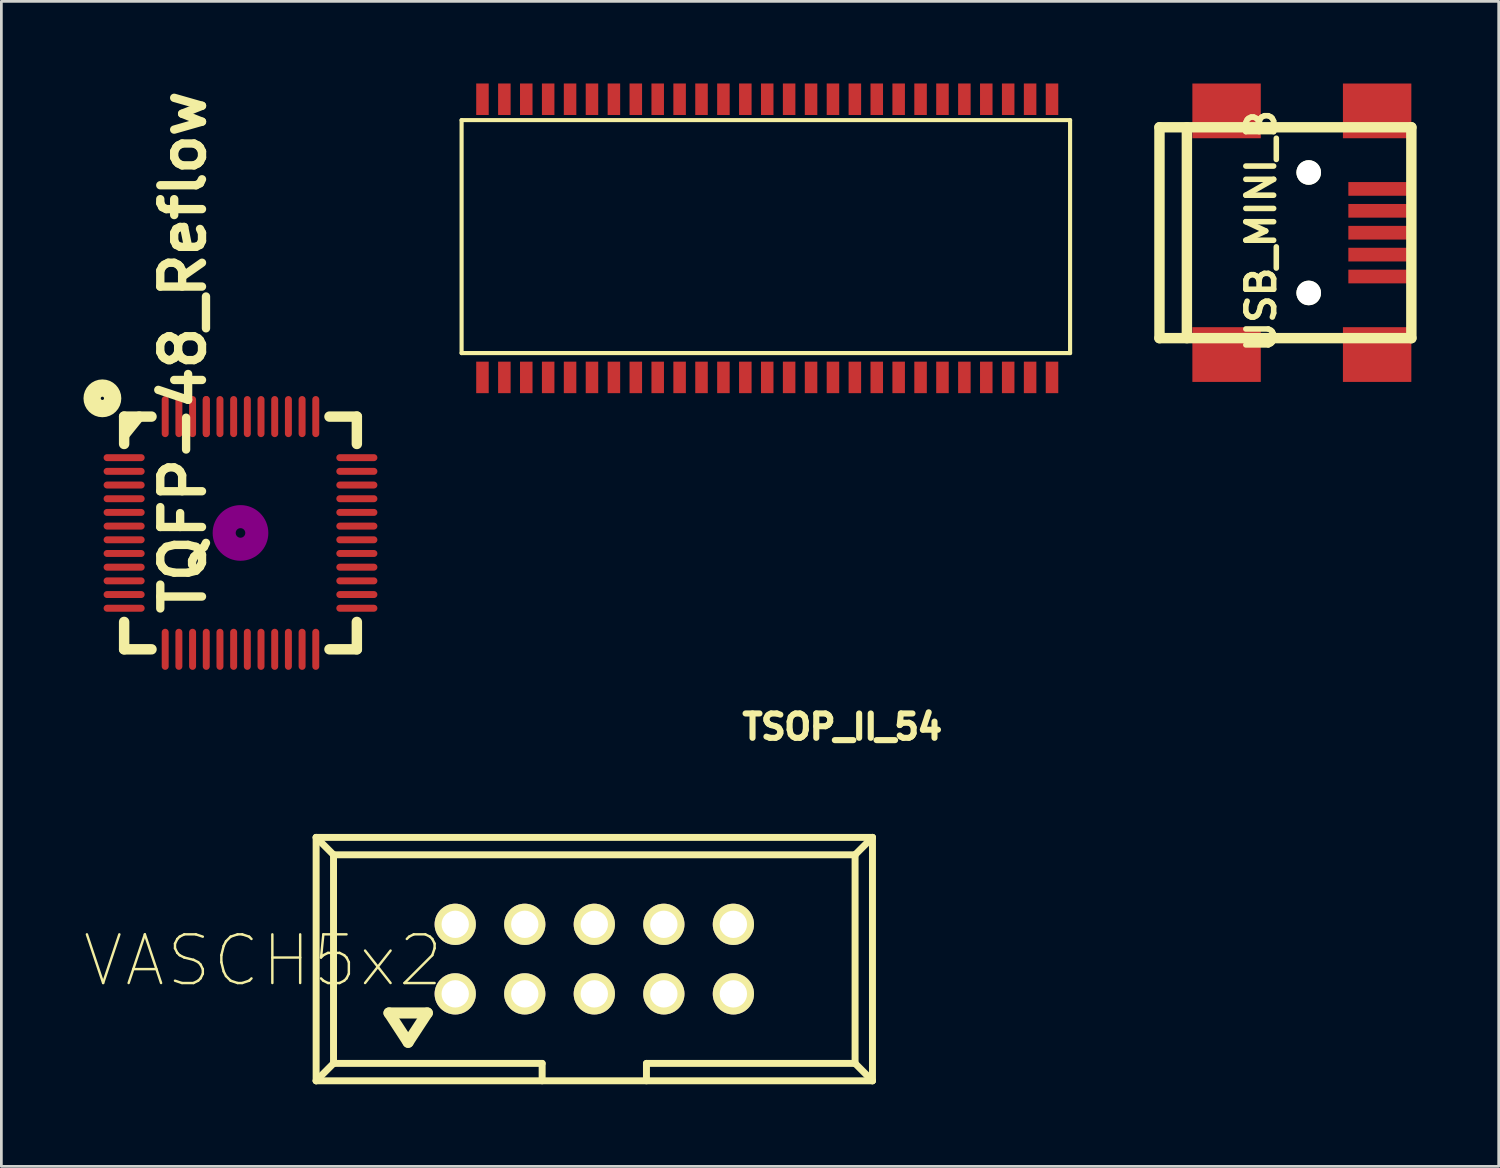
<source format=kicad_pcb>
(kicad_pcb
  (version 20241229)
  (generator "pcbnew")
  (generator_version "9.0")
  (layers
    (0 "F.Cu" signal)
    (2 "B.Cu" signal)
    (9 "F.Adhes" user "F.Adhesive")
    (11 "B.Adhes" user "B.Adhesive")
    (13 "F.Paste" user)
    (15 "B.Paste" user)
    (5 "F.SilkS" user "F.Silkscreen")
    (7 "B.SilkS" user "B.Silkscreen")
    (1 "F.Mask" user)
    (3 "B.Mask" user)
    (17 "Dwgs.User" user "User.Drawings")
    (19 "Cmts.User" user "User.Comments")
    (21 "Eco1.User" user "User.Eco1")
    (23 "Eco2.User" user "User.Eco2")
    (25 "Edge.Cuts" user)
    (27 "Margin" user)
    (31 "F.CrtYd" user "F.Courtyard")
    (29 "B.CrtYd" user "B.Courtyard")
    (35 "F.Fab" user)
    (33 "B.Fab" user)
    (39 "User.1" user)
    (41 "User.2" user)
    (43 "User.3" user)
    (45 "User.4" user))
  (footprint "TSOP_II_54"
    (layer "F.Cu")
    (at 14.572 10.735)
    (property "Reference" "TSOP_II_54" (at 13.145 12.764 180) (layer "F.SilkS") (effects (font (size 0.889 0.889) (thickness 0.305))))
    (attr through_hole)
    (fp_line (start -0.762 -9.398) (end 21.463 -9.398) (stroke (width 0.15) (type solid)) (layer "F.SilkS"))
    (fp_line (start -0.762 -0.889) (end -0.762 -9.398) (stroke (width 0.15) (type solid)) (layer "F.SilkS"))
    (fp_line (start 21.463 -9.398) (end 21.463 -0.889) (stroke (width 0.15) (type solid)) (layer "F.SilkS"))
    (fp_line (start 21.463 -0.889) (end -0.762 -0.889) (stroke (width 0.15) (type solid)) (layer "F.SilkS"))
    (pad "1" smd rect (at 0 0) (size 0.457 1.151) (layers "F.Cu" "F.Mask" "F.Paste"))
    (pad "2" smd rect (at 0.8 0) (size 0.457 1.151) (layers "F.Cu" "F.Mask" "F.Paste"))
    (pad "3" smd rect (at 1.6 0) (size 0.457 1.151) (layers "F.Cu" "F.Mask" "F.Paste"))
    (pad "4" smd rect (at 2.4 0) (size 0.457 1.151) (layers "F.Cu" "F.Mask" "F.Paste"))
    (pad "5" smd rect (at 3.2 0) (size 0.457 1.151) (layers "F.Cu" "F.Mask" "F.Paste"))
    (pad "6" smd rect (at 4 0) (size 0.457 1.151) (layers "F.Cu" "F.Mask" "F.Paste"))
    (pad "7" smd rect (at 4.801 0) (size 0.457 1.151) (layers "F.Cu" "F.Mask" "F.Paste"))
    (pad "8" smd rect (at 5.601 0) (size 0.457 1.151) (layers "F.Cu" "F.Mask" "F.Paste"))
    (pad "9" smd rect (at 6.401 0) (size 0.457 1.151) (layers "F.Cu" "F.Mask" "F.Paste"))
    (pad "10" smd rect (at 7.201 0) (size 0.457 1.151) (layers "F.Cu" "F.Mask" "F.Paste"))
    (pad "11" smd rect (at 8.001 0) (size 0.457 1.151) (layers "F.Cu" "F.Mask" "F.Paste"))
    (pad "12" smd rect (at 8.801 0) (size 0.457 1.151) (layers "F.Cu" "F.Mask" "F.Paste"))
    (pad "13" smd rect (at 9.601 0) (size 0.457 1.151) (layers "F.Cu" "F.Mask" "F.Paste"))
    (pad "14" smd rect (at 10.401 0) (size 0.457 1.151) (layers "F.Cu" "F.Mask" "F.Paste"))
    (pad "15" smd rect (at 11.201 0) (size 0.457 1.151) (layers "F.Cu" "F.Mask" "F.Paste"))
    (pad "16" smd rect (at 12.002 0) (size 0.457 1.151) (layers "F.Cu" "F.Mask" "F.Paste"))
    (pad "17" smd rect (at 12.802 0) (size 0.457 1.151) (layers "F.Cu" "F.Mask" "F.Paste"))
    (pad "18" smd rect (at 13.602 0) (size 0.457 1.151) (layers "F.Cu" "F.Mask" "F.Paste"))
    (pad "19" smd rect (at 14.402 0) (size 0.457 1.151) (layers "F.Cu" "F.Mask" "F.Paste"))
    (pad "20" smd rect (at 15.202 0) (size 0.457 1.151) (layers "F.Cu" "F.Mask" "F.Paste"))
    (pad "21" smd rect (at 16.002 0) (size 0.457 1.151) (layers "F.Cu" "F.Mask" "F.Paste"))
    (pad "22" smd rect (at 16.802 0) (size 0.457 1.151) (layers "F.Cu" "F.Mask" "F.Paste"))
    (pad "23" smd rect (at 17.602 0) (size 0.457 1.151) (layers "F.Cu" "F.Mask" "F.Paste"))
    (pad "24" smd rect (at 18.402 0) (size 0.457 1.151) (layers "F.Cu" "F.Mask" "F.Paste"))
    (pad "25" smd rect (at 19.202 0) (size 0.457 1.151) (layers "F.Cu" "F.Mask" "F.Paste"))
    (pad "26" smd rect (at 20.003 0) (size 0.457 1.151) (layers "F.Cu" "F.Mask" "F.Paste"))
    (pad "27" smd rect (at 20.803 0) (size 0.457 1.151) (layers "F.Cu" "F.Mask" "F.Paste"))
    (pad "28" smd rect (at 20.803 -10.16 180) (size 0.457 1.151) (layers "F.Cu" "F.Mask" "F.Paste"))
    (pad "29" smd rect (at 20.003 -10.16 180) (size 0.457 1.151) (layers "F.Cu" "F.Mask" "F.Paste"))
    (pad "30" smd rect (at 19.202 -10.16 180) (size 0.457 1.151) (layers "F.Cu" "F.Mask" "F.Paste"))
    (pad "31" smd rect (at 18.402 -10.16 180) (size 0.457 1.151) (layers "F.Cu" "F.Mask" "F.Paste"))
    (pad "32" smd rect (at 17.602 -10.16 180) (size 0.457 1.151) (layers "F.Cu" "F.Mask" "F.Paste"))
    (pad "33" smd rect (at 16.802 -10.16 180) (size 0.457 1.151) (layers "F.Cu" "F.Mask" "F.Paste"))
    (pad "34" smd rect (at 16.002 -10.16 180) (size 0.457 1.151) (layers "F.Cu" "F.Mask" "F.Paste"))
    (pad "35" smd rect (at 15.202 -10.16 180) (size 0.457 1.151) (layers "F.Cu" "F.Mask" "F.Paste"))
    (pad "36" smd rect (at 14.402 -10.16 180) (size 0.457 1.151) (layers "F.Cu" "F.Mask" "F.Paste"))
    (pad "37" smd rect (at 13.602 -10.16 180) (size 0.457 1.151) (layers "F.Cu" "F.Mask" "F.Paste"))
    (pad "38" smd rect (at 12.802 -10.16 180) (size 0.457 1.151) (layers "F.Cu" "F.Mask" "F.Paste"))
    (pad "39" smd rect (at 12.002 -10.16 180) (size 0.457 1.151) (layers "F.Cu" "F.Mask" "F.Paste"))
    (pad "40" smd rect (at 11.201 -10.16 180) (size 0.457 1.151) (layers "F.Cu" "F.Mask" "F.Paste"))
    (pad "41" smd rect (at 10.401 -10.16 180) (size 0.457 1.151) (layers "F.Cu" "F.Mask" "F.Paste"))
    (pad "42" smd rect (at 9.601 -10.16 180) (size 0.457 1.151) (layers "F.Cu" "F.Mask" "F.Paste"))
    (pad "43" smd rect (at 8.801 -10.16 180) (size 0.457 1.151) (layers "F.Cu" "F.Mask" "F.Paste"))
    (pad "44" smd rect (at 8.001 -10.16 180) (size 0.457 1.151) (layers "F.Cu" "F.Mask" "F.Paste"))
    (pad "45" smd rect (at 7.201 -10.16 180) (size 0.457 1.151) (layers "F.Cu" "F.Mask" "F.Paste"))
    (pad "46" smd rect (at 6.401 -10.16 180) (size 0.457 1.151) (layers "F.Cu" "F.Mask" "F.Paste"))
    (pad "47" smd rect (at 5.601 -10.16 180) (size 0.457 1.151) (layers "F.Cu" "F.Mask" "F.Paste"))
    (pad "48" smd rect (at 4.801 -10.16 180) (size 0.457 1.151) (layers "F.Cu" "F.Mask" "F.Paste"))
    (pad "49" smd rect (at 4 -10.16 180) (size 0.457 1.151) (layers "F.Cu" "F.Mask" "F.Paste"))
    (pad "50" smd rect (at 3.2 -10.16 180) (size 0.457 1.151) (layers "F.Cu" "F.Mask" "F.Paste"))
    (pad "51" smd rect (at 2.4 -10.16 180) (size 0.457 1.151) (layers "F.Cu" "F.Mask" "F.Paste"))
    (pad "52" smd rect (at 1.6 -10.16 180) (size 0.457 1.151) (layers "F.Cu" "F.Mask" "F.Paste"))
    (pad "53" smd rect (at 0.8 -10.16 180) (size 0.457 1.151) (layers "F.Cu" "F.Mask" "F.Paste"))
    (pad "54" smd rect (at 0 -10.16 180) (size 0.457 1.151) (layers "F.Cu" "F.Mask" "F.Paste")))
  (footprint "USB_MINI_B"
    (layer "F.Cu")
    (at 43.9 5.45)
    (property "Reference" "USB_MINI_B" (at -0.889 -0.064 90) (layer "F.SilkS") (effects (font (size 1.016 1.016) (thickness 0.203))))
    (attr through_hole)
    (fp_line (start -4.6 -3.851) (end -4.6 3.851) (stroke (width 0.381) (type solid)) (layer "F.SilkS"))
    (fp_line (start -4.6 3.851) (end 4.6 3.851) (stroke (width 0.381) (type solid)) (layer "F.SilkS"))
    (fp_line (start -3.599 -3.851) (end -3.599 3.851) (stroke (width 0.381) (type solid)) (layer "F.SilkS"))
    (fp_line (start 4.6 -3.851) (end -4.6 -3.851) (stroke (width 0.381) (type solid)) (layer "F.SilkS"))
    (fp_line (start 4.6 3.851) (end 4.6 -3.851) (stroke (width 0.381) (type solid)) (layer "F.SilkS"))
    (pad "" np_thru_hole circle (at 0.851 -2.2) (size 0.899 0.899) (drill 0.899) (layers "*.Cu" "*.Mask" "F.SilkS"))
    (pad "" np_thru_hole circle (at 0.851 2.2) (size 0.899 0.899) (drill 0.899) (layers "*.Cu" "*.Mask" "F.SilkS"))
    (pad "1" smd rect (at 3.449 -1.6) (size 2.301 0.5) (layers "F.Cu" "F.Mask" "F.Paste"))
    (pad "2" smd rect (at 3.449 -0.8) (size 2.301 0.5) (layers "F.Cu" "F.Mask" "F.Paste"))
    (pad "3" smd rect (at 3.449 0) (size 2.301 0.5) (layers "F.Cu" "F.Mask" "F.Paste"))
    (pad "4" smd rect (at 3.449 0.8) (size 2.301 0.5) (layers "F.Cu" "F.Mask" "F.Paste"))
    (pad "5" smd rect (at 3.449 1.6) (size 2.301 0.5) (layers "F.Cu" "F.Mask" "F.Paste"))
    (pad "6" smd rect (at 3.35 -4.45) (size 2.499 1.999) (layers "F.Cu" "F.Mask" "F.Paste"))
    (pad "7" smd rect (at -2.149 -4.45) (size 2.499 1.999) (layers "F.Cu" "F.Mask" "F.Paste"))
    (pad "8" smd rect (at 3.35 4.45) (size 2.499 1.999) (layers "F.Cu" "F.Mask" "F.Paste"))
    (pad "9" smd rect (at -2.149 4.45) (size 2.499 1.999) (layers "F.Cu" "F.Mask" "F.Paste")))
  (footprint "VASCH5x2"
    (layer "F.Cu")
    (at 18.657 31.981)
    (property "Reference" "VASCH5x2" (at -12.098 0.056 0) (layer "F.SilkS") (effects (font (size 1.778 1.778) (thickness 0.089))))
    (attr exclude_from_pos_files exclude_from_bom)
    (fp_line (start -10.16 -4.445) (end -10.16 4.445) (stroke (width 0.254) (type solid)) (layer "F.SilkS"))
    (fp_line (start -10.16 4.445) (end 10.16 4.445) (stroke (width 0.254) (type solid)) (layer "F.SilkS"))
    (fp_line (start -9.525 -3.81) (end -10.16 -4.445) (stroke (width 0.254) (type solid)) (layer "F.SilkS"))
    (fp_line (start -9.525 -3.81) (end -9.525 3.81) (stroke (width 0.254) (type solid)) (layer "F.SilkS"))
    (fp_line (start -9.525 3.81) (end -10.16 4.445) (stroke (width 0.254) (type solid)) (layer "F.SilkS"))
    (fp_line (start -9.525 3.81) (end -1.905 3.81) (stroke (width 0.254) (type solid)) (layer "F.SilkS"))
    (fp_line (start -7.498 1.968) (end -6.8 3.038) (stroke (width 0.406) (type solid)) (layer "F.SilkS"))
    (fp_line (start -6.8 3.038) (end -6.099 1.968) (stroke (width 0.406) (type solid)) (layer "F.SilkS"))
    (fp_line (start -6.099 1.968) (end -7.498 1.968) (stroke (width 0.406) (type solid)) (layer "F.SilkS"))
    (fp_line (start -1.905 3.81) (end -1.905 4.445) (stroke (width 0.254) (type solid)) (layer "F.SilkS"))
    (fp_line (start 1.905 3.81) (end 9.525 3.81) (stroke (width 0.254) (type solid)) (layer "F.SilkS"))
    (fp_line (start 1.905 4.445) (end 1.905 3.81) (stroke (width 0.254) (type solid)) (layer "F.SilkS"))
    (fp_line (start 9.525 -3.81) (end -9.525 -3.81) (stroke (width 0.254) (type solid)) (layer "F.SilkS"))
    (fp_line (start 9.525 -3.81) (end 10.16 -4.445) (stroke (width 0.254) (type solid)) (layer "F.SilkS"))
    (fp_line (start 9.525 3.81) (end 9.525 -3.81) (stroke (width 0.254) (type solid)) (layer "F.SilkS"))
    (fp_line (start 9.525 3.81) (end 10.16 4.445) (stroke (width 0.254) (type solid)) (layer "F.SilkS"))
    (fp_line (start 10.16 -4.445) (end -10.16 -4.445) (stroke (width 0.254) (type solid)) (layer "F.SilkS"))
    (fp_line (start 10.16 -4.445) (end 10.16 4.445) (stroke (width 0.254) (type solid)) (layer "F.SilkS"))
    (pad "1" thru_hole circle (at -5.08 1.27) (size 1.506 1.506) (drill 0.998) (layers "*.Cu" "F.Mask" "F.SilkS" "F.Paste"))
    (pad "2" thru_hole circle (at -5.08 -1.27) (size 1.506 1.506) (drill 0.998) (layers "*.Cu" "F.Mask" "F.SilkS" "F.Paste"))
    (pad "3" thru_hole circle (at -2.54 1.27) (size 1.506 1.506) (drill 0.998) (layers "*.Cu" "F.Mask" "F.SilkS" "F.Paste"))
    (pad "4" thru_hole circle (at -2.54 -1.27) (size 1.506 1.506) (drill 0.998) (layers "*.Cu" "F.Mask" "F.SilkS" "F.Paste"))
    (pad "5" thru_hole circle (at 0 1.27) (size 1.506 1.506) (drill 0.998) (layers "*.Cu" "F.Mask" "F.SilkS" "F.Paste"))
    (pad "6" thru_hole circle (at 0 -1.27) (size 1.506 1.506) (drill 0.998) (layers "*.Cu" "F.Mask" "F.SilkS" "F.Paste"))
    (pad "7" thru_hole circle (at 2.54 1.27) (size 1.506 1.506) (drill 0.998) (layers "*.Cu" "F.Mask" "F.SilkS" "F.Paste"))
    (pad "8" thru_hole circle (at 2.54 -1.27) (size 1.506 1.506) (drill 0.998) (layers "*.Cu" "F.Mask" "F.SilkS" "F.Paste"))
    (pad "9" thru_hole circle (at 5.08 1.27) (size 1.506 1.506) (drill 0.998) (layers "*.Cu" "F.Mask" "F.SilkS" "F.Paste"))
    (pad "10" thru_hole circle (at 5.08 -1.27) (size 1.506 1.506) (drill 0.998) (layers "*.Cu" "F.Mask" "F.SilkS" "F.Paste")))
  (footprint "TQFP-48_Reflow"
    (layer "F.Cu")
    (at 5.734 16.416)
    (property "Reference" "TQFP-48_Reflow" (at -2.095 -6.604 90) (layer "F.SilkS") (effects (font (size 1.524 1.524) (thickness 0.305))))
    (attr smd)
    (fp_line (start -4.25 -4.25) (end -4.25 -3.25) (stroke (width 0.381) (type solid)) (layer "F.SilkS"))
    (fp_line (start -4.25 -4.25) (end -3.25 -4.25) (stroke (width 0.381) (type solid)) (layer "F.SilkS"))
    (fp_line (start -4.25 4.25) (end -4.25 3.25) (stroke (width 0.381) (type solid)) (layer "F.SilkS"))
    (fp_line (start -4.25 4.25) (end -3.25 4.25) (stroke (width 0.381) (type solid)) (layer "F.SilkS"))
    (fp_line (start -3.7 -4.25) (end -4.225 -3.6) (stroke (width 0.381) (type solid)) (layer "F.SilkS"))
    (fp_line (start 4.25 -4.25) (end 3.25 -4.25) (stroke (width 0.381) (type solid)) (layer "F.SilkS"))
    (fp_line (start 4.25 -4.25) (end 4.25 -3.25) (stroke (width 0.381) (type solid)) (layer "F.SilkS"))
    (fp_line (start 4.25 4.25) (end 3.25 4.25) (stroke (width 0.381) (type solid)) (layer "F.SilkS"))
    (fp_line (start 4.25 4.25) (end 4.25 3.25) (stroke (width 0.381) (type solid)) (layer "F.SilkS"))
    (fp_circle (center -5.044 -4.917) (end -5.044 -4.667) (stroke (width 0.381) (type solid)) (fill no) (layer "F.SilkS"))
    (fp_circle (center -5.044 -4.917) (end -4.544 -4.917) (stroke (width 0.381) (type solid)) (fill no) (layer "F.SilkS"))
    (fp_circle (center 0 0) (end 0.175 0) (stroke (width 0.381) (type solid)) (fill no) (layer "F.Adhes"))
    (fp_circle (center 0 0) (end 0.5 0.05) (stroke (width 0.381) (type solid)) (fill no) (layer "F.Adhes"))
    (fp_circle (center 0 0) (end 0.825 0.05) (stroke (width 0.381) (type solid)) (fill no) (layer "F.Adhes"))
    (pad "1" smd oval (at -4.25 -2.75) (size 1.5 0.254) (layers "F.Cu" "F.Mask" "F.Paste"))
    (pad "2" smd oval (at -4.25 -2.25) (size 1.5 0.254) (layers "F.Cu" "F.Mask" "F.Paste"))
    (pad "3" smd oval (at -4.25 -1.75) (size 1.5 0.254) (layers "F.Cu" "F.Mask" "F.Paste"))
    (pad "4" smd oval (at -4.25 -1.25) (size 1.5 0.254) (layers "F.Cu" "F.Mask" "F.Paste"))
    (pad "5" smd oval (at -4.25 -0.75) (size 1.5 0.254) (layers "F.Cu" "F.Mask" "F.Paste"))
    (pad "6" smd oval (at -4.25 -0.25) (size 1.5 0.254) (layers "F.Cu" "F.Mask" "F.Paste"))
    (pad "7" smd oval (at -4.25 0.25) (size 1.5 0.254) (layers "F.Cu" "F.Mask" "F.Paste"))
    (pad "8" smd oval (at -4.25 0.75) (size 1.5 0.254) (layers "F.Cu" "F.Mask" "F.Paste"))
    (pad "9" smd oval (at -4.25 1.25) (size 1.5 0.254) (layers "F.Cu" "F.Mask" "F.Paste"))
    (pad "10" smd oval (at -4.25 1.75) (size 1.5 0.254) (layers "F.Cu" "F.Mask" "F.Paste"))
    (pad "11" smd oval (at -4.25 2.25) (size 1.5 0.254) (layers "F.Cu" "F.Mask" "F.Paste"))
    (pad "12" smd oval (at -4.25 2.75) (size 1.5 0.254) (layers "F.Cu" "F.Mask" "F.Paste"))
    (pad "13" smd oval (at -2.75 4.25 90) (size 1.5 0.254) (layers "F.Cu" "F.Mask" "F.Paste"))
    (pad "14" smd oval (at -2.25 4.25 90) (size 1.5 0.254) (layers "F.Cu" "F.Mask" "F.Paste"))
    (pad "15" smd oval (at -1.75 4.25 90) (size 1.5 0.254) (layers "F.Cu" "F.Mask" "F.Paste"))
    (pad "16" smd oval (at -1.25 4.25 90) (size 1.5 0.254) (layers "F.Cu" "F.Mask" "F.Paste"))
    (pad "17" smd oval (at -0.75 4.25 90) (size 1.5 0.254) (layers "F.Cu" "F.Mask" "F.Paste"))
    (pad "18" smd oval (at -0.25 4.25 90) (size 1.5 0.254) (layers "F.Cu" "F.Mask" "F.Paste"))
    (pad "19" smd oval (at 0.25 4.25 90) (size 1.5 0.254) (layers "F.Cu" "F.Mask" "F.Paste"))
    (pad "20" smd oval (at 0.75 4.25 90) (size 1.5 0.254) (layers "F.Cu" "F.Mask" "F.Paste"))
    (pad "21" smd oval (at 1.25 4.25 90) (size 1.5 0.254) (layers "F.Cu" "F.Mask" "F.Paste"))
    (pad "22" smd oval (at 1.75 4.25 90) (size 1.5 0.254) (layers "F.Cu" "F.Mask" "F.Paste"))
    (pad "23" smd oval (at 2.25 4.25 90) (size 1.5 0.254) (layers "F.Cu" "F.Mask" "F.Paste"))
    (pad "24" smd oval (at 2.75 4.25 90) (size 1.5 0.254) (layers "F.Cu" "F.Mask" "F.Paste"))
    (pad "25" smd oval (at 4.25 2.75) (size 1.5 0.254) (layers "F.Cu" "F.Mask" "F.Paste"))
    (pad "26" smd oval (at 4.25 2.25) (size 1.5 0.254) (layers "F.Cu" "F.Mask" "F.Paste"))
    (pad "27" smd oval (at 4.25 1.75) (size 1.5 0.254) (layers "F.Cu" "F.Mask" "F.Paste"))
    (pad "28" smd oval (at 4.25 1.25) (size 1.5 0.254) (layers "F.Cu" "F.Mask" "F.Paste"))
    (pad "29" smd oval (at 4.25 0.75) (size 1.5 0.254) (layers "F.Cu" "F.Mask" "F.Paste"))
    (pad "30" smd oval (at 4.25 0.25) (size 1.5 0.254) (layers "F.Cu" "F.Mask" "F.Paste"))
    (pad "31" smd oval (at 4.25 -0.25) (size 1.5 0.254) (layers "F.Cu" "F.Mask" "F.Paste"))
    (pad "32" smd oval (at 4.25 -0.75) (size 1.5 0.254) (layers "F.Cu" "F.Mask" "F.Paste"))
    (pad "33" smd oval (at 4.25 -1.25) (size 1.5 0.254) (layers "F.Cu" "F.Mask" "F.Paste"))
    (pad "34" smd oval (at 4.25 -1.75) (size 1.5 0.254) (layers "F.Cu" "F.Mask" "F.Paste"))
    (pad "35" smd oval (at 4.25 -2.25) (size 1.5 0.254) (layers "F.Cu" "F.Mask" "F.Paste"))
    (pad "36" smd oval (at 4.25 -2.75) (size 1.5 0.254) (layers "F.Cu" "F.Mask" "F.Paste"))
    (pad "37" smd oval (at 2.75 -4.25 90) (size 1.5 0.254) (layers "F.Cu" "F.Mask" "F.Paste"))
    (pad "38" smd oval (at 2.25 -4.25 90) (size 1.5 0.254) (layers "F.Cu" "F.Mask" "F.Paste"))
    (pad "39" smd oval (at 1.75 -4.25 90) (size 1.5 0.254) (layers "F.Cu" "F.Mask" "F.Paste"))
    (pad "40" smd oval (at 1.25 -4.25 90) (size 1.5 0.254) (layers "F.Cu" "F.Mask" "F.Paste"))
    (pad "41" smd oval (at 0.75 -4.25 90) (size 1.5 0.254) (layers "F.Cu" "F.Mask" "F.Paste"))
    (pad "42" smd oval (at 0.25 -4.25 90) (size 1.5 0.254) (layers "F.Cu" "F.Mask" "F.Paste"))
    (pad "43" smd oval (at -0.25 -4.25 90) (size 1.5 0.254) (layers "F.Cu" "F.Mask" "F.Paste"))
    (pad "44" smd oval (at -0.75 -4.25 90) (size 1.5 0.254) (layers "F.Cu" "F.Mask" "F.Paste"))
    (pad "45" smd oval (at -1.25 -4.25 90) (size 1.5 0.254) (layers "F.Cu" "F.Mask" "F.Paste"))
    (pad "45" smd oval (at -1.25 -4.25 90) (size 1.5 0.254) (layers "F.Cu" "F.Mask" "F.Paste"))
    (pad "46" smd oval (at -1.75 -4.25 90) (size 1.5 0.254) (layers "F.Cu" "F.Mask" "F.Paste"))
    (pad "47" smd oval (at -2.25 -4.25 90) (size 1.5 0.254) (layers "F.Cu" "F.Mask" "F.Paste"))
    (pad "48" smd oval (at -2.75 -4.25 90) (size 1.5 0.254) (layers "F.Cu" "F.Mask" "F.Paste")))
  (gr_rect
    (start -3 -3)
    (end 51.69 39.553)
    (stroke (width 0.1) (type default))
    (fill no)
    (layer "Edge.Cuts")))
</source>
